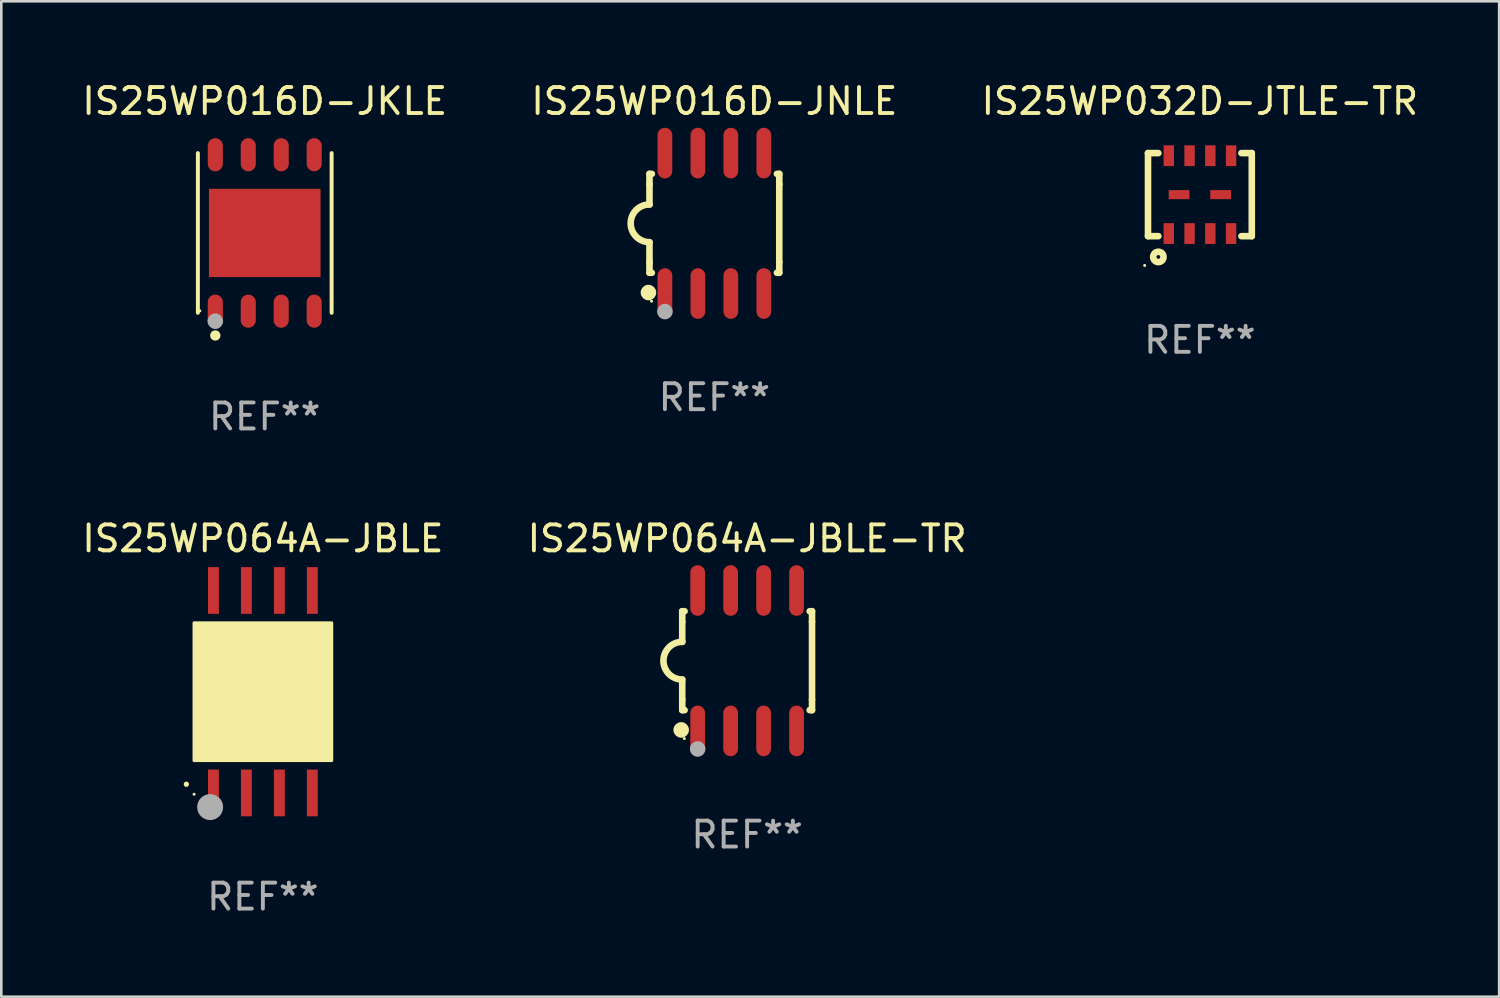
<source format=kicad_pcb>
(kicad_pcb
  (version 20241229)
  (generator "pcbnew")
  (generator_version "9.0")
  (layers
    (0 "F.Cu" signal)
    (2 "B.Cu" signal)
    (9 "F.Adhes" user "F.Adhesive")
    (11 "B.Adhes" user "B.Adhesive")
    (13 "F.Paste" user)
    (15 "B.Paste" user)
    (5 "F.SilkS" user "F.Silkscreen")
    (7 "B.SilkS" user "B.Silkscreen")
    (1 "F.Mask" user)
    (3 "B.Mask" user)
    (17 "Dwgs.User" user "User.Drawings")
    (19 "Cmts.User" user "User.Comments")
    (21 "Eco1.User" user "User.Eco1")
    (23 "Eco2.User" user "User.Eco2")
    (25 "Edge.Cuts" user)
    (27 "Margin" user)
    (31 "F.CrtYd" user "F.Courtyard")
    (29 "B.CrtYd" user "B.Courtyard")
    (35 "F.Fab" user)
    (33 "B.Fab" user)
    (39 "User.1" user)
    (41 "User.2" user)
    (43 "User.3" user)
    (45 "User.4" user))
  (footprint "IS25WP016D-JKLE"
    (layer "F.Cu")
    (at 7.149 5.924)
    (property "Reference" "IS25WP016D-JKLE" (at 0 -5.076 0) (layer "F.SilkS") (effects (font (size 1 1) (thickness 0.15))))
    (attr through_hole)
    (fp_line (start -2.576 3.076) (end -2.576 -3.076) (stroke (width 0.152) (type solid)) (layer "F.SilkS"))
    (fp_line (start 2.576 -3.076) (end 2.576 3.076) (stroke (width 0.152) (type solid)) (layer "F.SilkS"))
    (fp_circle (center -2.5 3) (end -2.47 3) (stroke (width 0.06) (type solid)) (fill no) (layer "F.SilkS"))
    (fp_circle (center -1.905 3.95) (end -1.805 3.95) (stroke (width 0.2) (type solid)) (fill no) (layer "F.SilkS"))
    (fp_circle (center -1.905 3.4) (end -1.755 3.4) (stroke (width 0.3) (type solid)) (fill no) (layer "F.Fab"))
    (fp_text user "REF**" (at 0 7.076 0) (layer "F.Fab") (effects (font (size 1 1) (thickness 0.15))))
    (pad "1" smd oval (at -1.905 3.013) (size 0.581 1.276) (layers "F.Cu" "F.Mask" "F.Paste"))
    (pad "2" smd oval (at -0.635 3.013) (size 0.581 1.276) (layers "F.Cu" "F.Mask" "F.Paste"))
    (pad "3" smd oval (at 0.635 3.013) (size 0.581 1.276) (layers "F.Cu" "F.Mask" "F.Paste"))
    (pad "4" smd oval (at 1.905 3.013) (size 0.581 1.276) (layers "F.Cu" "F.Mask" "F.Paste"))
    (pad "5" smd oval (at 1.905 -3.013) (size 0.581 1.276) (layers "F.Cu" "F.Mask" "F.Paste"))
    (pad "6" smd oval (at 0.635 -3.013) (size 0.581 1.276) (layers "F.Cu" "F.Mask" "F.Paste"))
    (pad "7" smd oval (at -0.635 -3.013) (size 0.581 1.276) (layers "F.Cu" "F.Mask" "F.Paste"))
    (pad "8" smd oval (at -1.905 -3.013) (size 0.581 1.276) (layers "F.Cu" "F.Mask" "F.Paste"))
    (pad "9" smd rect (at 0 0) (size 4.3 3.4) (layers "F.Cu" "F.Mask" "F.Paste")))
  (footprint "IS25WP064A-JBLE"
    (layer "F.Cu")
    (at 7.077 23.597)
    (property "Reference" "IS25WP064A-JBLE" (at 0 -5.9 0) (layer "F.SilkS") (effects (font (size 1 1) (thickness 0.15))))
    (attr through_hole)
    (fp_arc (start -2.948565 3.566472) (mid -2.948385 3.563866) (end -2.948133 3.561265) (stroke (width 0.2) (type solid)) (layer "F.SilkS"))
    (fp_circle (center -2.65 3.95) (end -2.62 3.95) (stroke (width 0.06) (type solid)) (fill no) (layer "F.SilkS"))
    (fp_poly (pts (xy -2.65 -2.65) (xy 2.65 -2.65) (xy 2.65 2.65) (xy -2.65 2.65)) (stroke (width 0.12) (type solid)) (fill yes) (layer "F.SilkS"))
    (fp_circle (center -2.032 4.445) (end -1.782 4.445) (stroke (width 0.5) (type solid)) (fill no) (layer "F.Fab"))
    (fp_text user "REF**" (at 0 7.9 0) (layer "F.Fab") (effects (font (size 1 1) (thickness 0.15))))
    (pad "1" smd rect (at -1.905 3.9) (size 0.42 1.8) (layers "F.Cu" "F.Mask" "F.Paste"))
    (pad "2" smd rect (at -0.635 3.9) (size 0.42 1.8) (layers "F.Cu" "F.Mask" "F.Paste"))
    (pad "3" smd rect (at 0.635 3.9) (size 0.42 1.8) (layers "F.Cu" "F.Mask" "F.Paste"))
    (pad "4" smd rect (at 1.905 3.9) (size 0.42 1.8) (layers "F.Cu" "F.Mask" "F.Paste"))
    (pad "5" smd rect (at 1.905 -3.9) (size 0.42 1.8) (layers "F.Cu" "F.Mask" "F.Paste"))
    (pad "6" smd rect (at 0.635 -3.9) (size 0.42 1.8) (layers "F.Cu" "F.Mask" "F.Paste"))
    (pad "7" smd rect (at -0.635 -3.9) (size 0.42 1.8) (layers "F.Cu" "F.Mask" "F.Paste"))
    (pad "8" smd rect (at -1.905 -3.9) (size 0.42 1.8) (layers "F.Cu" "F.Mask" "F.Paste")))
  (footprint "IS25WP032D-JTLE-TR"
    (layer "F.Cu")
    (at 43.173 4.448)
    (property "Reference" "IS25WP032D-JTLE-TR" (at 0 -3.6 0) (layer "F.SilkS") (effects (font (size 1 1) (thickness 0.15))))
    (attr through_hole)
    (fp_line (start -2 -1.6) (end -1.599 -1.6) (stroke (width 0.254) (type solid)) (layer "F.SilkS"))
    (fp_line (start -2 1.6) (end -1.599 1.6) (stroke (width 0.254) (type solid)) (layer "F.SilkS"))
    (fp_line (start -1.998 -1.6) (end -1.998 1.6) (stroke (width 0.254) (type solid)) (layer "F.SilkS"))
    (fp_line (start 2 -1.6) (end 1.601 -1.6) (stroke (width 0.254) (type solid)) (layer "F.SilkS"))
    (fp_line (start 2 1.6) (end 1.601 1.6) (stroke (width 0.254) (type solid)) (layer "F.SilkS"))
    (fp_line (start 2 1.6) (end 2 -1.6) (stroke (width 0.254) (type solid)) (layer "F.SilkS"))
    (fp_circle (center -2.127 2.727) (end -2.097 2.727) (stroke (width 0.06) (type solid)) (fill no) (layer "F.SilkS"))
    (fp_circle (center -1.599 2.4) (end -1.399 2.4) (stroke (width 0.254) (type solid)) (fill no) (layer "F.SilkS"))
    (fp_text user "REF**" (at 0 5.6 0) (layer "F.Fab") (effects (font (size 1 1) (thickness 0.15))))
    (pad "1" smd rect (at -1.197 1.5) (size 0.4 0.8) (layers "F.Cu" "F.Mask" "F.Paste"))
    (pad "2" smd rect (at -0.397 1.5) (size 0.4 0.8) (layers "F.Cu" "F.Mask" "F.Paste"))
    (pad "3" smd rect (at 0.403 1.5) (size 0.4 0.8) (layers "F.Cu" "F.Mask" "F.Paste"))
    (pad "4" smd rect (at 1.202 1.5) (size 0.4 0.8) (layers "F.Cu" "F.Mask" "F.Paste"))
    (pad "5" smd rect (at 1.202 -1.5) (size 0.4 0.8) (layers "F.Cu" "F.Mask" "F.Paste"))
    (pad "6" smd rect (at 0.403 -1.5) (size 0.4 0.8) (layers "F.Cu" "F.Mask" "F.Paste"))
    (pad "7" smd rect (at -0.397 -1.5) (size 0.4 0.8) (layers "F.Cu" "F.Mask" "F.Paste"))
    (pad "8" smd rect (at -1.197 -1.5) (size 0.4 0.8) (layers "F.Cu" "F.Mask" "F.Paste"))
    (pad "9" smd rect (at -0.8 0.00014 90) (size 0.35 0.8) (layers "F.Cu" "F.Mask" "F.Paste"))
    (pad "10" smd rect (at 0.801 0.00014 90) (size 0.35 0.8) (layers "F.Cu" "F.Mask" "F.Paste")))
  (footprint "IS25WP064A-JBLE-TR"
    (layer "F.Cu")
    (at 25.732 22.402)
    (property "Reference" "IS25WP064A-JBLE-TR" (at 0 -4.705 0) (layer "F.SilkS") (effects (font (size 1 1) (thickness 0.15))))
    (attr through_hole)
    (fp_line (start -2.5 -1.905) (end -2.409 -1.905) (stroke (width 0.254) (type solid)) (layer "F.SilkS"))
    (fp_line (start -2.5 -1.5) (end -2.5 -1.905) (stroke (width 0.254) (type solid)) (layer "F.SilkS"))
    (fp_line (start -2.5 -1.5) (end -2.5 -0.726) (stroke (width 0.254) (type solid)) (layer "F.SilkS"))
    (fp_line (start -2.5 1.5) (end -2.5 0.727) (stroke (width 0.254) (type solid)) (layer "F.SilkS"))
    (fp_line (start -2.5 1.5) (end -2.5 1.905) (stroke (width 0.254) (type solid)) (layer "F.SilkS"))
    (fp_line (start -2.5 1.905) (end -2.409 1.905) (stroke (width 0.254) (type solid)) (layer "F.SilkS"))
    (fp_line (start 2.5 -1.905) (end 2.409 -1.905) (stroke (width 0.254) (type solid)) (layer "F.SilkS"))
    (fp_line (start 2.5 -1.5) (end 2.5 -1.905) (stroke (width 0.254) (type solid)) (layer "F.SilkS"))
    (fp_line (start 2.5 -1.5) (end 2.5 1.5) (stroke (width 0.254) (type solid)) (layer "F.SilkS"))
    (fp_line (start 2.5 1.5) (end 2.5 1.905) (stroke (width 0.254) (type solid)) (layer "F.SilkS"))
    (fp_line (start 2.5 1.905) (end 2.409 1.905) (stroke (width 0.254) (type solid)) (layer "F.SilkS"))
    (fp_arc (start -2.5 0.726568) (mid -3.220316 -0.0023) (end -2.495097 -0.726289) (stroke (width 0.254001) (type solid)) (layer "F.SilkS"))
    (fp_circle (center -2.54 2.667) (end -2.39 2.667) (stroke (width 0.3) (type solid)) (fill no) (layer "F.SilkS"))
    (fp_circle (center -2.42 3) (end -2.39 3) (stroke (width 0.06) (type solid)) (fill no) (layer "F.SilkS"))
    (fp_circle (center -1.905 3.4) (end -1.755 3.4) (stroke (width 0.3) (type solid)) (fill no) (layer "F.Fab"))
    (fp_text user "REF**" (at 0 6.705 0) (layer "F.Fab") (effects (font (size 1 1) (thickness 0.15))))
    (pad "1" smd oval (at -1.905 2.705) (size 0.568 1.95) (layers "F.Cu" "F.Mask" "F.Paste"))
    (pad "2" smd oval (at -0.635 2.705) (size 0.568 1.95) (layers "F.Cu" "F.Mask" "F.Paste"))
    (pad "3" smd oval (at 0.635 2.705) (size 0.568 1.95) (layers "F.Cu" "F.Mask" "F.Paste"))
    (pad "4" smd oval (at 1.905 2.705) (size 0.568 1.95) (layers "F.Cu" "F.Mask" "F.Paste"))
    (pad "5" smd oval (at 1.905 -2.705) (size 0.568 1.95) (layers "F.Cu" "F.Mask" "F.Paste"))
    (pad "6" smd oval (at 0.635 -2.705) (size 0.568 1.95) (layers "F.Cu" "F.Mask" "F.Paste"))
    (pad "7" smd oval (at -0.635 -2.705) (size 0.568 1.95) (layers "F.Cu" "F.Mask" "F.Paste"))
    (pad "8" smd oval (at -1.905 -2.705) (size 0.568 1.95) (layers "F.Cu" "F.Mask" "F.Paste")))
  (footprint "IS25WP016D-JNLE"
    (layer "F.Cu")
    (at 24.47 5.553)
    (property "Reference" "IS25WP016D-JNLE" (at 0 -4.705 0) (layer "F.SilkS") (effects (font (size 1 1) (thickness 0.15))))
    (attr through_hole)
    (fp_line (start -2.5 -1.905) (end -2.409 -1.905) (stroke (width 0.254) (type solid)) (layer "F.SilkS"))
    (fp_line (start -2.5 -1.5) (end -2.5 -1.905) (stroke (width 0.254) (type solid)) (layer "F.SilkS"))
    (fp_line (start -2.5 -1.5) (end -2.5 -0.726) (stroke (width 0.254) (type solid)) (layer "F.SilkS"))
    (fp_line (start -2.5 1.5) (end -2.5 0.727) (stroke (width 0.254) (type solid)) (layer "F.SilkS"))
    (fp_line (start -2.5 1.5) (end -2.5 1.905) (stroke (width 0.254) (type solid)) (layer "F.SilkS"))
    (fp_line (start -2.5 1.905) (end -2.409 1.905) (stroke (width 0.254) (type solid)) (layer "F.SilkS"))
    (fp_line (start 2.5 -1.905) (end 2.409 -1.905) (stroke (width 0.254) (type solid)) (layer "F.SilkS"))
    (fp_line (start 2.5 -1.5) (end 2.5 -1.905) (stroke (width 0.254) (type solid)) (layer "F.SilkS"))
    (fp_line (start 2.5 -1.5) (end 2.5 1.5) (stroke (width 0.254) (type solid)) (layer "F.SilkS"))
    (fp_line (start 2.5 1.5) (end 2.5 1.905) (stroke (width 0.254) (type solid)) (layer "F.SilkS"))
    (fp_line (start 2.5 1.905) (end 2.409 1.905) (stroke (width 0.254) (type solid)) (layer "F.SilkS"))
    (fp_arc (start -2.5 0.726568) (mid -3.220316 -0.0023) (end -2.495097 -0.726289) (stroke (width 0.254001) (type solid)) (layer "F.SilkS"))
    (fp_circle (center -2.54 2.667) (end -2.39 2.667) (stroke (width 0.3) (type solid)) (fill no) (layer "F.SilkS"))
    (fp_circle (center -2.42 3) (end -2.39 3) (stroke (width 0.06) (type solid)) (fill no) (layer "F.SilkS"))
    (fp_circle (center -1.905 3.4) (end -1.755 3.4) (stroke (width 0.3) (type solid)) (fill no) (layer "F.Fab"))
    (fp_text user "REF**" (at 0 6.705 0) (layer "F.Fab") (effects (font (size 1 1) (thickness 0.15))))
    (pad "1" smd oval (at -1.905 2.705) (size 0.568 1.95) (layers "F.Cu" "F.Mask" "F.Paste"))
    (pad "2" smd oval (at -0.635 2.705) (size 0.568 1.95) (layers "F.Cu" "F.Mask" "F.Paste"))
    (pad "3" smd oval (at 0.635 2.705) (size 0.568 1.95) (layers "F.Cu" "F.Mask" "F.Paste"))
    (pad "4" smd oval (at 1.905 2.705) (size 0.568 1.95) (layers "F.Cu" "F.Mask" "F.Paste"))
    (pad "5" smd oval (at 1.905 -2.705) (size 0.568 1.95) (layers "F.Cu" "F.Mask" "F.Paste"))
    (pad "6" smd oval (at 0.635 -2.705) (size 0.568 1.95) (layers "F.Cu" "F.Mask" "F.Paste"))
    (pad "7" smd oval (at -0.635 -2.705) (size 0.568 1.95) (layers "F.Cu" "F.Mask" "F.Paste"))
    (pad "8" smd oval (at -1.905 -2.705) (size 0.568 1.95) (layers "F.Cu" "F.Mask" "F.Paste")))
  (gr_rect
    (start -3 -3)
    (end 54.702 35.345)
    (stroke (width 0.1) (type default))
    (fill no)
    (layer "Edge.Cuts")))
</source>
